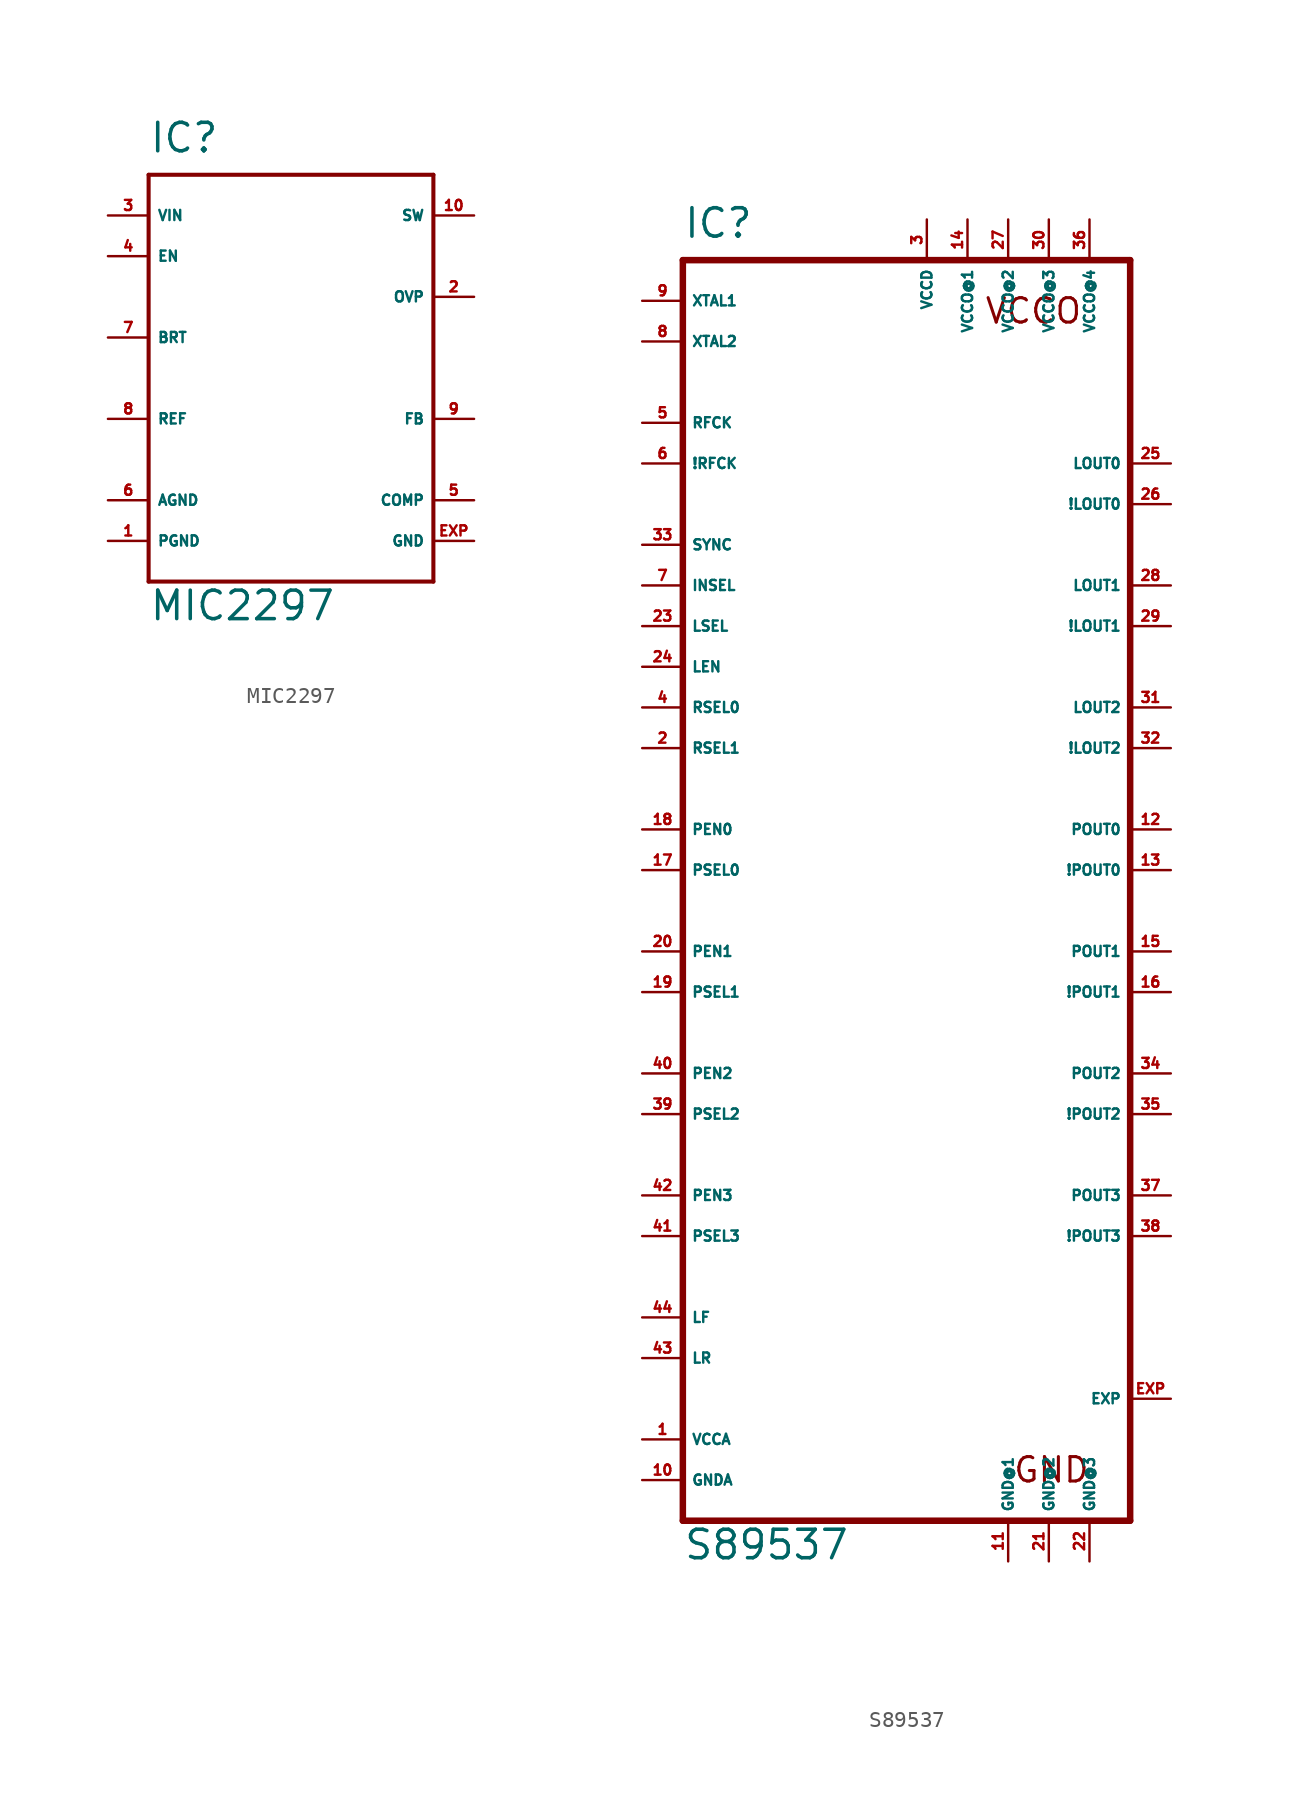
<source format=kicad_sym>
(kicad_symbol_lib
  (version 20220914)
  (generator Eagle2Kicad)
  (symbol "MIC2297"
    (property "Reference" "IC"
      (at -7.62 13.97 0)
      (effects (font (size 1.778 1.778) (thickness 0.22)) (justify left bottom)))
    (property "Value" "MIC2297"
      (at -7.62 -15.24 0)
      (effects (font (size 1.778 1.778) (thickness 0.22)) (justify left bottom)))
    (polyline
      (pts (xy -7.62 12.7) (xy 10.16 12.7))
      (stroke (width 0.254) (type default))
      (fill (type none)))
    (polyline
      (pts (xy 10.16 12.7) (xy 10.16 -12.7))
      (stroke (width 0.254) (type default))
      (fill (type none)))
    (polyline
      (pts (xy 10.16 -12.7) (xy -7.62 -12.7))
      (stroke (width 0.254) (type default))
      (fill (type none)))
    (polyline
      (pts (xy -7.62 -12.7) (xy -7.62 12.7))
      (stroke (width 0.254) (type default))
      (fill (type none)))
    (pin input line
      (at -10.16 10.16 0)
      (length 2.54)
      (name "VIN" (effects (font (size 0.635 0.635) (thickness 0.08)) (justify left bottom)))
      (number "3" (effects (font (size 0.635 0.635) (thickness 0.08)) (justify left bottom))))
    (pin input line
      (at -10.16 7.62 0)
      (length 2.54)
      (name "EN" (effects (font (size 0.635 0.635) (thickness 0.08)) (justify left bottom)))
      (number "4" (effects (font (size 0.635 0.635) (thickness 0.08)) (justify left bottom))))
    (pin input line
      (at -10.16 2.54 0)
      (length 2.54)
      (name "BRT" (effects (font (size 0.635 0.635) (thickness 0.08)) (justify left bottom)))
      (number "7" (effects (font (size 0.635 0.635) (thickness 0.08)) (justify left bottom))))
    (pin input line
      (at -10.16 -2.54 0)
      (length 2.54)
      (name "REF" (effects (font (size 0.635 0.635) (thickness 0.08)) (justify left bottom)))
      (number "8" (effects (font (size 0.635 0.635) (thickness 0.08)) (justify left bottom))))
    (pin input line
      (at -10.16 -7.62 0)
      (length 2.54)
      (name "AGND" (effects (font (size 0.635 0.635) (thickness 0.08)) (justify left bottom)))
      (number "6" (effects (font (size 0.635 0.635) (thickness 0.08)) (justify left bottom))))
    (pin input line
      (at -10.16 -10.16 0)
      (length 2.54)
      (name "PGND" (effects (font (size 0.635 0.635) (thickness 0.08)) (justify left bottom)))
      (number "1" (effects (font (size 0.635 0.635) (thickness 0.08)) (justify left bottom))))
    (pin passive line
      (at 12.7 -7.62 180)
      (length 2.54)
      (name "COMP" (effects (font (size 0.635 0.635) (thickness 0.08)) (justify left bottom)))
      (number "5" (effects (font (size 0.635 0.635) (thickness 0.08)) (justify left bottom))))
    (pin input line
      (at 12.7 -2.54 180)
      (length 2.54)
      (name "FB" (effects (font (size 0.635 0.635) (thickness 0.08)) (justify left bottom)))
      (number "9" (effects (font (size 0.635 0.635) (thickness 0.08)) (justify left bottom))))
    (pin input line
      (at 12.7 5.08 180)
      (length 2.54)
      (name "OVP" (effects (font (size 0.635 0.635) (thickness 0.08)) (justify left bottom)))
      (number "2" (effects (font (size 0.635 0.635) (thickness 0.08)) (justify left bottom))))
    (pin open_collector line
      (at 12.7 10.16 180)
      (length 2.54)
      (name "SW" (effects (font (size 0.635 0.635) (thickness 0.08)) (justify left bottom)))
      (number "10" (effects (font (size 0.635 0.635) (thickness 0.08)) (justify left bottom))))
    (pin input line
      (at 12.7 -10.16 180)
      (length 2.54)
      (name "GND" (effects (font (size 0.635 0.635) (thickness 0.08)) (justify left bottom)))
      (number "EXP" (effects (font (size 0.635 0.635) (thickness 0.08)) (justify left bottom)))))
  (symbol "S89537"
    (property "Reference" "IC"
      (at -15.24 36.83 0)
      (effects (font (size 1.778 1.778) (thickness 0.22)) (justify left bottom)))
    (property "Value" "S89537"
      (at -15.24 -45.72 0)
      (effects (font (size 1.778 1.778) (thickness 0.22)) (justify left bottom)))
    (polyline
      (pts (xy -15.24 35.56) (xy 12.7 35.56))
      (stroke (width 0.406) (type default))
      (fill (type none)))
    (polyline
      (pts (xy 12.7 35.56) (xy 12.7 -43.18))
      (stroke (width 0.406) (type default))
      (fill (type none)))
    (polyline
      (pts (xy 12.7 -43.18) (xy -15.24 -43.18))
      (stroke (width 0.406) (type default))
      (fill (type none)))
    (polyline
      (pts (xy -15.24 -43.18) (xy -15.24 35.56))
      (stroke (width 0.406) (type default))
      (fill (type none)))
    (text "VCCO"
      (at 3.556 31.496 0)
      (effects (font (size 1.524 1.524) (thickness 0.19)) (justify left bottom)))
    (text "GND"
      (at 5.334 -40.894 0)
      (effects (font (size 1.524 1.524) (thickness 0.19)) (justify left bottom)))
    (pin input line
      (at -17.78 12.7 0)
      (length 2.54)
      (name "LSEL" (effects (font (size 0.635 0.635) (thickness 0.08)) (justify left bottom)))
      (number "23" (effects (font (size 0.635 0.635) (thickness 0.08)) (justify left bottom))))
    (pin input line
      (at -17.78 10.16 0)
      (length 2.54)
      (name "LEN" (effects (font (size 0.635 0.635) (thickness 0.08)) (justify left bottom)))
      (number "24" (effects (font (size 0.635 0.635) (thickness 0.08)) (justify left bottom))))
    (pin input line
      (at -17.78 25.4 0)
      (length 2.54)
      (name "RFCK" (effects (font (size 0.635 0.635) (thickness 0.08)) (justify left bottom)))
      (number "5" (effects (font (size 0.635 0.635) (thickness 0.08)) (justify left bottom))))
    (pin input line
      (at -17.78 22.86 0)
      (length 2.54)
      (name "!RFCK" (effects (font (size 0.635 0.635) (thickness 0.08)) (justify left bottom)))
      (number "6" (effects (font (size 0.635 0.635) (thickness 0.08)) (justify left bottom))))
    (pin input line
      (at -17.78 33.02 0)
      (length 2.54)
      (name "XTAL1" (effects (font (size 0.635 0.635) (thickness 0.08)) (justify left bottom)))
      (number "9" (effects (font (size 0.635 0.635) (thickness 0.08)) (justify left bottom))))
    (pin input line
      (at -17.78 30.48 0)
      (length 2.54)
      (name "XTAL2" (effects (font (size 0.635 0.635) (thickness 0.08)) (justify left bottom)))
      (number "8" (effects (font (size 0.635 0.635) (thickness 0.08)) (justify left bottom))))
    (pin input line
      (at -17.78 15.24 0)
      (length 2.54)
      (name "INSEL" (effects (font (size 0.635 0.635) (thickness 0.08)) (justify left bottom)))
      (number "7" (effects (font (size 0.635 0.635) (thickness 0.08)) (justify left bottom))))
    (pin input line
      (at -17.78 0 0)
      (length 2.54)
      (name "PEN0" (effects (font (size 0.635 0.635) (thickness 0.08)) (justify left bottom)))
      (number "18" (effects (font (size 0.635 0.635) (thickness 0.08)) (justify left bottom))))
    (pin input line
      (at -17.78 -2.54 0)
      (length 2.54)
      (name "PSEL0" (effects (font (size 0.635 0.635) (thickness 0.08)) (justify left bottom)))
      (number "17" (effects (font (size 0.635 0.635) (thickness 0.08)) (justify left bottom))))
    (pin output line
      (at 15.24 22.86 180)
      (length 2.54)
      (name "LOUT0" (effects (font (size 0.635 0.635) (thickness 0.08)) (justify left bottom)))
      (number "25" (effects (font (size 0.635 0.635) (thickness 0.08)) (justify left bottom))))
    (pin output line
      (at 15.24 20.32 180)
      (length 2.54)
      (name "!LOUT0" (effects (font (size 0.635 0.635) (thickness 0.08)) (justify left bottom)))
      (number "26" (effects (font (size 0.635 0.635) (thickness 0.08)) (justify left bottom))))
    (pin output line
      (at 15.24 15.24 180)
      (length 2.54)
      (name "LOUT1" (effects (font (size 0.635 0.635) (thickness 0.08)) (justify left bottom)))
      (number "28" (effects (font (size 0.635 0.635) (thickness 0.08)) (justify left bottom))))
    (pin output line
      (at 15.24 7.62 180)
      (length 2.54)
      (name "LOUT2" (effects (font (size 0.635 0.635) (thickness 0.08)) (justify left bottom)))
      (number "31" (effects (font (size 0.635 0.635) (thickness 0.08)) (justify left bottom))))
    (pin output line
      (at 15.24 12.7 180)
      (length 2.54)
      (name "!LOUT1" (effects (font (size 0.635 0.635) (thickness 0.08)) (justify left bottom)))
      (number "29" (effects (font (size 0.635 0.635) (thickness 0.08)) (justify left bottom))))
    (pin output line
      (at 15.24 5.08 180)
      (length 2.54)
      (name "!LOUT2" (effects (font (size 0.635 0.635) (thickness 0.08)) (justify left bottom)))
      (number "32" (effects (font (size 0.635 0.635) (thickness 0.08)) (justify left bottom))))
    (pin output line
      (at 15.24 0 180)
      (length 2.54)
      (name "POUT0" (effects (font (size 0.635 0.635) (thickness 0.08)) (justify left bottom)))
      (number "12" (effects (font (size 0.635 0.635) (thickness 0.08)) (justify left bottom))))
    (pin output line
      (at 15.24 -2.54 180)
      (length 2.54)
      (name "!POUT0" (effects (font (size 0.635 0.635) (thickness 0.08)) (justify left bottom)))
      (number "13" (effects (font (size 0.635 0.635) (thickness 0.08)) (justify left bottom))))
    (pin input line
      (at -17.78 -7.62 0)
      (length 2.54)
      (name "PEN1" (effects (font (size 0.635 0.635) (thickness 0.08)) (justify left bottom)))
      (number "20" (effects (font (size 0.635 0.635) (thickness 0.08)) (justify left bottom))))
    (pin input line
      (at -17.78 -10.16 0)
      (length 2.54)
      (name "PSEL1" (effects (font (size 0.635 0.635) (thickness 0.08)) (justify left bottom)))
      (number "19" (effects (font (size 0.635 0.635) (thickness 0.08)) (justify left bottom))))
    (pin output line
      (at 15.24 -7.62 180)
      (length 2.54)
      (name "POUT1" (effects (font (size 0.635 0.635) (thickness 0.08)) (justify left bottom)))
      (number "15" (effects (font (size 0.635 0.635) (thickness 0.08)) (justify left bottom))))
    (pin output line
      (at 15.24 -10.16 180)
      (length 2.54)
      (name "!POUT1" (effects (font (size 0.635 0.635) (thickness 0.08)) (justify left bottom)))
      (number "16" (effects (font (size 0.635 0.635) (thickness 0.08)) (justify left bottom))))
    (pin input line
      (at -17.78 -15.24 0)
      (length 2.54)
      (name "PEN2" (effects (font (size 0.635 0.635) (thickness 0.08)) (justify left bottom)))
      (number "40" (effects (font (size 0.635 0.635) (thickness 0.08)) (justify left bottom))))
    (pin input line
      (at -17.78 -17.78 0)
      (length 2.54)
      (name "PSEL2" (effects (font (size 0.635 0.635) (thickness 0.08)) (justify left bottom)))
      (number "39" (effects (font (size 0.635 0.635) (thickness 0.08)) (justify left bottom))))
    (pin output line
      (at 15.24 -15.24 180)
      (length 2.54)
      (name "POUT2" (effects (font (size 0.635 0.635) (thickness 0.08)) (justify left bottom)))
      (number "34" (effects (font (size 0.635 0.635) (thickness 0.08)) (justify left bottom))))
    (pin output line
      (at 15.24 -17.78 180)
      (length 2.54)
      (name "!POUT2" (effects (font (size 0.635 0.635) (thickness 0.08)) (justify left bottom)))
      (number "35" (effects (font (size 0.635 0.635) (thickness 0.08)) (justify left bottom))))
    (pin input line
      (at -17.78 -22.86 0)
      (length 2.54)
      (name "PEN3" (effects (font (size 0.635 0.635) (thickness 0.08)) (justify left bottom)))
      (number "42" (effects (font (size 0.635 0.635) (thickness 0.08)) (justify left bottom))))
    (pin input line
      (at -17.78 -25.4 0)
      (length 2.54)
      (name "PSEL3" (effects (font (size 0.635 0.635) (thickness 0.08)) (justify left bottom)))
      (number "41" (effects (font (size 0.635 0.635) (thickness 0.08)) (justify left bottom))))
    (pin output line
      (at 15.24 -22.86 180)
      (length 2.54)
      (name "POUT3" (effects (font (size 0.635 0.635) (thickness 0.08)) (justify left bottom)))
      (number "37" (effects (font (size 0.635 0.635) (thickness 0.08)) (justify left bottom))))
    (pin output line
      (at 15.24 -25.4 180)
      (length 2.54)
      (name "!POUT3" (effects (font (size 0.635 0.635) (thickness 0.08)) (justify left bottom)))
      (number "38" (effects (font (size 0.635 0.635) (thickness 0.08)) (justify left bottom))))
    (pin input line
      (at -17.78 17.78 0)
      (length 2.54)
      (name "SYNC" (effects (font (size 0.635 0.635) (thickness 0.08)) (justify left bottom)))
      (number "33" (effects (font (size 0.635 0.635) (thickness 0.08)) (justify left bottom))))
    (pin unspecified line
      (at -17.78 -38.1 0)
      (length 2.54)
      (name "VCCA" (effects (font (size 0.635 0.635) (thickness 0.08)) (justify left bottom)))
      (number "1" (effects (font (size 0.635 0.635) (thickness 0.08)) (justify left bottom))))
    (pin unspecified line
      (at 0 38.1 270)
      (length 2.54)
      (name "VCCD" (effects (font (size 0.635 0.635) (thickness 0.08)) (justify left bottom)))
      (number "3" (effects (font (size 0.635 0.635) (thickness 0.08)) (justify left bottom))))
    (pin unspecified line
      (at -17.78 -40.64 0)
      (length 2.54)
      (name "GNDA" (effects (font (size 0.635 0.635) (thickness 0.08)) (justify left bottom)))
      (number "10" (effects (font (size 0.635 0.635) (thickness 0.08)) (justify left bottom))))
    (pin unspecified line
      (at 2.54 38.1 270)
      (length 2.54)
      (name "VCCO@1" (effects (font (size 0.635 0.635) (thickness 0.08)) (justify left bottom)))
      (number "14" (effects (font (size 0.635 0.635) (thickness 0.08)) (justify left bottom))))
    (pin unspecified line
      (at 5.08 38.1 270)
      (length 2.54)
      (name "VCCO@2" (effects (font (size 0.635 0.635) (thickness 0.08)) (justify left bottom)))
      (number "27" (effects (font (size 0.635 0.635) (thickness 0.08)) (justify left bottom))))
    (pin unspecified line
      (at 7.62 38.1 270)
      (length 2.54)
      (name "VCCO@3" (effects (font (size 0.635 0.635) (thickness 0.08)) (justify left bottom)))
      (number "30" (effects (font (size 0.635 0.635) (thickness 0.08)) (justify left bottom))))
    (pin unspecified line
      (at 5.08 -45.72 90)
      (length 2.54)
      (name "GND@1" (effects (font (size 0.635 0.635) (thickness 0.08)) (justify left bottom)))
      (number "11" (effects (font (size 0.635 0.635) (thickness 0.08)) (justify left bottom))))
    (pin unspecified line
      (at 7.62 -45.72 90)
      (length 2.54)
      (name "GND@2" (effects (font (size 0.635 0.635) (thickness 0.08)) (justify left bottom)))
      (number "21" (effects (font (size 0.635 0.635) (thickness 0.08)) (justify left bottom))))
    (pin unspecified line
      (at 10.16 -45.72 90)
      (length 2.54)
      (name "GND@3" (effects (font (size 0.635 0.635) (thickness 0.08)) (justify left bottom)))
      (number "22" (effects (font (size 0.635 0.635) (thickness 0.08)) (justify left bottom))))
    (pin unspecified line
      (at 10.16 38.1 270)
      (length 2.54)
      (name "VCCO@4" (effects (font (size 0.635 0.635) (thickness 0.08)) (justify left bottom)))
      (number "36" (effects (font (size 0.635 0.635) (thickness 0.08)) (justify left bottom))))
    (pin bidirectional line
      (at -17.78 -30.48 0)
      (length 2.54)
      (name "LF" (effects (font (size 0.635 0.635) (thickness 0.08)) (justify left bottom)))
      (number "44" (effects (font (size 0.635 0.635) (thickness 0.08)) (justify left bottom))))
    (pin bidirectional line
      (at -17.78 -33.02 0)
      (length 2.54)
      (name "LR" (effects (font (size 0.635 0.635) (thickness 0.08)) (justify left bottom)))
      (number "43" (effects (font (size 0.635 0.635) (thickness 0.08)) (justify left bottom))))
    (pin input line
      (at -17.78 7.62 0)
      (length 2.54)
      (name "RSEL0" (effects (font (size 0.635 0.635) (thickness 0.08)) (justify left bottom)))
      (number "4" (effects (font (size 0.635 0.635) (thickness 0.08)) (justify left bottom))))
    (pin input line
      (at -17.78 5.08 0)
      (length 2.54)
      (name "RSEL1" (effects (font (size 0.635 0.635) (thickness 0.08)) (justify left bottom)))
      (number "2" (effects (font (size 0.635 0.635) (thickness 0.08)) (justify left bottom))))
    (pin passive line
      (at 15.24 -35.56 180)
      (length 2.54)
      (name "EXP" (effects (font (size 0.635 0.635) (thickness 0.08)) (justify left bottom)))
      (number "EXP" (effects (font (size 0.635 0.635) (thickness 0.08)) (justify left bottom))))))
</source>
